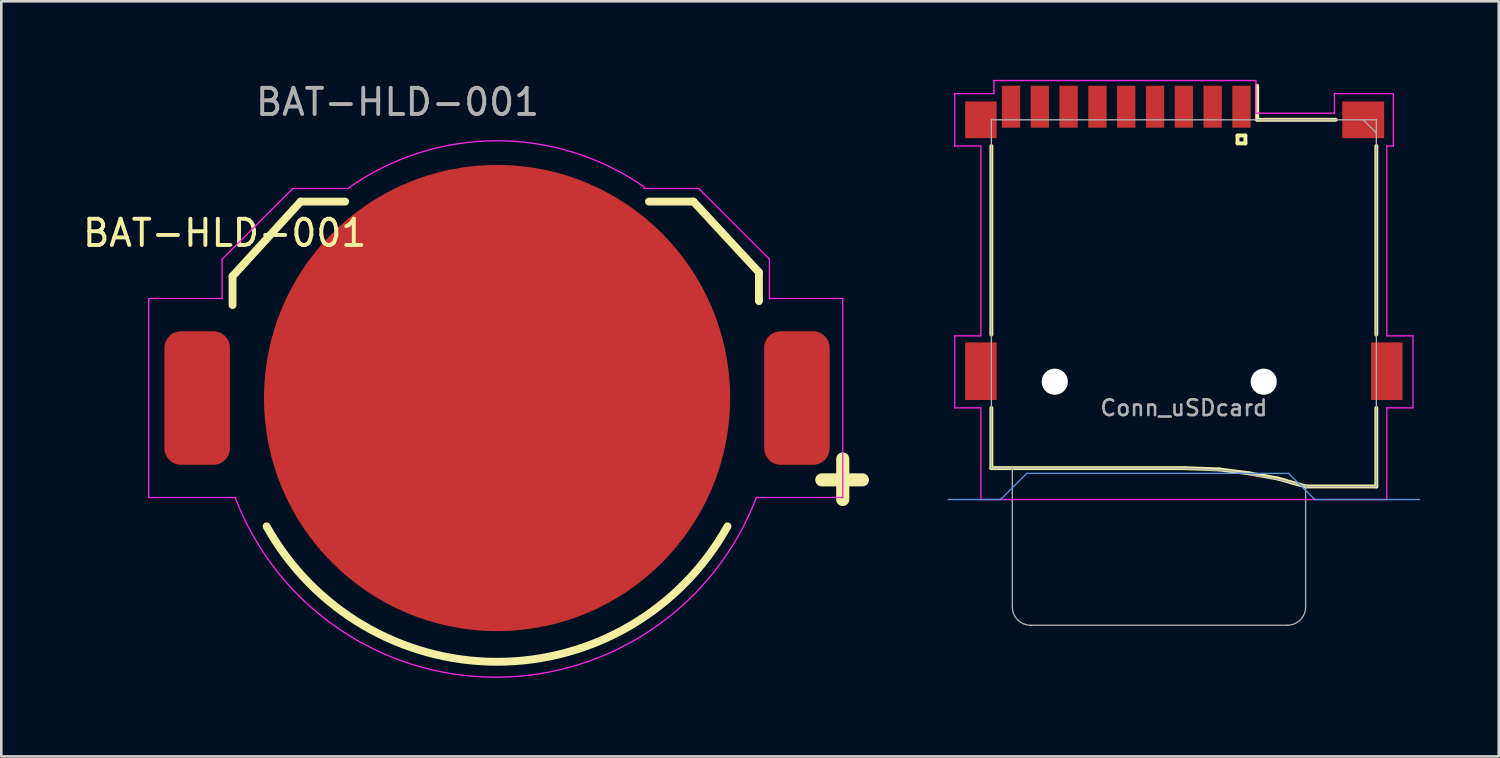
<source format=kicad_pcb>
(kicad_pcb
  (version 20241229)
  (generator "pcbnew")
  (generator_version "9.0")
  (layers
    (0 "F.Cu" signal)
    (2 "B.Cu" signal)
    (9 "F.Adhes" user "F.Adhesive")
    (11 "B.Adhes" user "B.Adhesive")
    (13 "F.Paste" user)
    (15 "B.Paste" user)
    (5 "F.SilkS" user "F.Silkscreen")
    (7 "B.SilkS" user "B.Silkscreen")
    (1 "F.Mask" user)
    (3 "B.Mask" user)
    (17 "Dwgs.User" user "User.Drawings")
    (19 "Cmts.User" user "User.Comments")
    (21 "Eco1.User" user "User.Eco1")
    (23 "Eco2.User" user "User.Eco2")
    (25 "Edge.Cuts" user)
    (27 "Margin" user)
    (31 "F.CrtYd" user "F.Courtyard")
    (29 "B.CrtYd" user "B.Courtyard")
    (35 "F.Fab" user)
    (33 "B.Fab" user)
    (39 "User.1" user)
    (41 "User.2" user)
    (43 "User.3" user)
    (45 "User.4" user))
  (footprint "Conn_uSDcard"
    (layer "F.Cu")
    (at 42.155 11.525)
    (property "Reference" "Conn_uSDcard" (at 0 1 180) (layer "F.Fab") (effects (font (size 0.6 0.6) (thickness 0.1))))
    (attr through_hole)
    (fp_line (start -7.35 -1.8) (end -7.35 -9) (stroke (width 0.15) (type solid)) (layer "F.SilkS"))
    (fp_line (start -7.35 1) (end -7.35 3.3) (stroke (width 0.15) (type solid)) (layer "F.SilkS"))
    (fp_line (start -7.35 3.3) (end 0 3.3) (stroke (width 0.15) (type solid)) (layer "F.SilkS"))
    (fp_line (start 0 3.3) (end 1.35 3.35) (stroke (width 0.15) (type solid)) (layer "F.SilkS"))
    (fp_line (start 1.35 3.35) (end 2.5 3.5) (stroke (width 0.15) (type solid)) (layer "F.SilkS"))
    (fp_line (start 2.05 -9.4) (end 2.05 -9.1) (stroke (width 0.15) (type solid)) (layer "F.SilkS"))
    (fp_line (start 2.05 -9.1) (end 2.35 -9.1) (stroke (width 0.15) (type solid)) (layer "F.SilkS"))
    (fp_line (start 2.35 -9.4) (end 2.05 -9.4) (stroke (width 0.15) (type solid)) (layer "F.SilkS"))
    (fp_line (start 2.35 -9.1) (end 2.35 -9.4) (stroke (width 0.15) (type solid)) (layer "F.SilkS"))
    (fp_line (start 2.5 3.5) (end 3.6 3.7) (stroke (width 0.15) (type solid)) (layer "F.SilkS"))
    (fp_line (start 2.8 -10) (end 2.8 -11.3) (stroke (width 0.15) (type solid)) (layer "F.SilkS"))
    (fp_line (start 2.8 -10) (end 5.8 -10) (stroke (width 0.15) (type solid)) (layer "F.SilkS"))
    (fp_line (start 3.6 3.7) (end 4.65 4) (stroke (width 0.15) (type solid)) (layer "F.SilkS"))
    (fp_line (start 4.65 4) (end 7.35 4) (stroke (width 0.15) (type solid)) (layer "F.SilkS"))
    (fp_line (start 7.35 -9) (end 7.35 -1.8) (stroke (width 0.15) (type solid)) (layer "F.SilkS"))
    (fp_line (start 7.35 4) (end 7.35 1) (stroke (width 0.15) (type solid)) (layer "F.SilkS"))
    (fp_line (start -9 4.5) (end -7 4.5) (stroke (width 0.05) (type solid)) (layer "Cmts.User"))
    (fp_line (start -7 4.5) (end -6 3.5) (stroke (width 0.05) (type solid)) (layer "Cmts.User"))
    (fp_line (start -6 3.5) (end 4 3.5) (stroke (width 0.05) (type solid)) (layer "Cmts.User"))
    (fp_line (start 4 3.5) (end 5 4.5) (stroke (width 0.05) (type solid)) (layer "Cmts.User"))
    (fp_line (start 5 4.5) (end 9 4.5) (stroke (width 0.05) (type solid)) (layer "Cmts.User"))
    (fp_line (start -8.75 -11) (end -7.25 -11) (stroke (width 0.05) (type solid)) (layer "F.CrtYd"))
    (fp_line (start -8.75 -9) (end -8.75 -11) (stroke (width 0.05) (type solid)) (layer "F.CrtYd"))
    (fp_line (start -8.75 -1.75) (end -7.75 -1.75) (stroke (width 0.05) (type solid)) (layer "F.CrtYd"))
    (fp_line (start -8.75 1) (end -8.75 -1.75) (stroke (width 0.05) (type solid)) (layer "F.CrtYd"))
    (fp_line (start -7.75 -9) (end -8.75 -9) (stroke (width 0.05) (type solid)) (layer "F.CrtYd"))
    (fp_line (start -7.75 -1.75) (end -7.75 -9) (stroke (width 0.05) (type solid)) (layer "F.CrtYd"))
    (fp_line (start -7.75 1) (end -8.75 1) (stroke (width 0.05) (type solid)) (layer "F.CrtYd"))
    (fp_line (start -7.75 4.5) (end -7.75 1) (stroke (width 0.05) (type solid)) (layer "F.CrtYd"))
    (fp_line (start -7.75 4.5) (end 7.75 4.5) (stroke (width 0.05) (type solid)) (layer "F.CrtYd"))
    (fp_line (start -7.25 -11.5) (end 2.75 -11.5) (stroke (width 0.05) (type solid)) (layer "F.CrtYd"))
    (fp_line (start -7.25 -11) (end -7.25 -11.5) (stroke (width 0.05) (type solid)) (layer "F.CrtYd"))
    (fp_line (start 2.75 -11.5) (end 2.75 -10.25) (stroke (width 0.05) (type solid)) (layer "F.CrtYd"))
    (fp_line (start 2.75 -10.25) (end 5.75 -10.25) (stroke (width 0.05) (type solid)) (layer "F.CrtYd"))
    (fp_line (start 5.75 -11) (end 8 -11) (stroke (width 0.05) (type solid)) (layer "F.CrtYd"))
    (fp_line (start 5.75 -10.25) (end 5.75 -11) (stroke (width 0.05) (type solid)) (layer "F.CrtYd"))
    (fp_line (start 7.75 -9) (end 7.75 -1.75) (stroke (width 0.05) (type solid)) (layer "F.CrtYd"))
    (fp_line (start 7.75 -1.75) (end 8.75 -1.75) (stroke (width 0.05) (type solid)) (layer "F.CrtYd"))
    (fp_line (start 7.75 1) (end 7.75 4.5) (stroke (width 0.05) (type solid)) (layer "F.CrtYd"))
    (fp_line (start 8 -11) (end 8 -9) (stroke (width 0.05) (type solid)) (layer "F.CrtYd"))
    (fp_line (start 8 -9) (end 7.75 -9) (stroke (width 0.05) (type solid)) (layer "F.CrtYd"))
    (fp_line (start 8.75 -1.75) (end 8.75 1) (stroke (width 0.05) (type solid)) (layer "F.CrtYd"))
    (fp_line (start 8.75 1) (end 7.75 1) (stroke (width 0.05) (type solid)) (layer "F.CrtYd"))
    (fp_line (start -7.35 -10) (end -7.35 3.3) (stroke (width 0.05) (type solid)) (layer "F.Fab"))
    (fp_line (start -7.35 -10) (end 7.35 -10) (stroke (width 0.05) (type solid)) (layer "F.Fab"))
    (fp_line (start -7.35 3.3) (end 0 3.3) (stroke (width 0.05) (type solid)) (layer "F.Fab"))
    (fp_line (start -6.55 8.6) (end -6.55 3.3) (stroke (width 0.05) (type solid)) (layer "F.Fab"))
    (fp_line (start -5.85 9.3) (end 3.95 9.3) (stroke (width 0.05) (type solid)) (layer "F.Fab"))
    (fp_line (start 0 3.3) (end 1.7 3.4) (stroke (width 0.05) (type solid)) (layer "F.Fab"))
    (fp_line (start 1.7 3.4) (end 3.5 3.7) (stroke (width 0.05) (type solid)) (layer "F.Fab"))
    (fp_line (start 3.5 3.7) (end 4.7 4) (stroke (width 0.05) (type solid)) (layer "F.Fab"))
    (fp_line (start 4.65 4) (end 7.35 4) (stroke (width 0.05) (type solid)) (layer "F.Fab"))
    (fp_line (start 4.65 8.6) (end 4.65 4) (stroke (width 0.05) (type solid)) (layer "F.Fab"))
    (fp_line (start 7.35 -10) (end 7.35 4) (stroke (width 0.05) (type solid)) (layer "F.Fab"))
    (fp_line (start 7.35 -9.5) (end 6.85 -10) (stroke (width 0.05) (type solid)) (layer "F.Fab"))
    (fp_arc (start -5.85 9.3) (mid -6.344975 9.094975) (end -6.55 8.6) (stroke (width 0.05) (type solid)) (layer "F.Fab"))
    (fp_arc (start 4.65 8.6) (mid 4.444975 9.094975) (end 3.95 9.3) (stroke (width 0.05) (type solid)) (layer "F.Fab"))
    (fp_text user "${REFERENCE}" (at 2.1 -9.35 180) (layer "Eco1.User") (effects (font (size 0.3 0.3) (thickness 0.03))))
    (pad "" np_thru_hole circle (at -4.93 0) (size 1 1) (drill 1) (layers "*.Cu"))
    (pad "" np_thru_hole circle (at 3.05 0) (size 1 1) (drill 1) (layers "*.Cu"))
    (pad "1" smd rect (at 2.2 -10.5) (size 0.7 1.6) (layers "F.Cu" "F.Mask" "F.Paste"))
    (pad "2" smd rect (at 1.1 -10.5) (size 0.7 1.6) (layers "F.Cu" "F.Mask" "F.Paste"))
    (pad "3" smd rect (at 0 -10.5) (size 0.7 1.6) (layers "F.Cu" "F.Mask" "F.Paste"))
    (pad "4" smd rect (at -1.1 -10.5) (size 0.7 1.6) (layers "F.Cu" "F.Mask" "F.Paste"))
    (pad "5" smd rect (at -2.2 -10.5) (size 0.7 1.6) (layers "F.Cu" "F.Mask" "F.Paste"))
    (pad "6" smd rect (at -7.75 -10) (size 1.2 1.4) (layers "F.Cu" "F.Mask" "F.Paste"))
    (pad "6" smd rect (at -7.75 -0.4) (size 1.2 2.2) (layers "F.Cu" "F.Mask" "F.Paste"))
    (pad "6" smd rect (at -3.3 -10.5) (size 0.7 1.6) (layers "F.Cu" "F.Mask" "F.Paste"))
    (pad "6" smd rect (at 6.85 -10) (size 1.6 1.4) (layers "F.Cu" "F.Mask" "F.Paste"))
    (pad "6" smd rect (at 7.75 -0.4) (size 1.2 2.2) (layers "F.Cu" "F.Mask" "F.Paste"))
    (pad "7" smd rect (at -4.4 -10.5) (size 0.7 1.6) (layers "F.Cu" "F.Mask" "F.Paste"))
    (pad "8" smd rect (at -5.5 -10.5) (size 0.7 1.6) (layers "F.Cu" "F.Mask" "F.Paste"))
    (pad "9" smd rect (at -6.6 -10.5) (size 0.7 1.6) (layers "F.Cu" "F.Mask" "F.Paste")))
  (footprint "BAT-HLD-001"
    (layer "F.Cu")
    (at 15.93 12.148)
    (property "Reference" "BAT-HLD-001" (at -10.4 -6.3 0) (unlocked yes) (layer "F.SilkS") (effects (font (size 1 1) (thickness 0.15))))
    (attr smd)
    (fp_line (start -10.1 -4.65) (end -7.5 -7.5) (stroke (width 0.3) (type solid)) (layer "F.SilkS"))
    (fp_line (start -10.1 -3.55) (end -10.1 -4.65) (stroke (width 0.3) (type solid)) (layer "F.SilkS"))
    (fp_line (start -7.5 -7.5) (end -5.8 -7.5) (stroke (width 0.3) (type solid)) (layer "F.SilkS"))
    (fp_line (start 5.8 -7.5) (end 7.5 -7.5) (stroke (width 0.3) (type solid)) (layer "F.SilkS"))
    (fp_line (start 10 -4.8) (end 7.5 -7.5) (stroke (width 0.3) (type solid)) (layer "F.SilkS"))
    (fp_line (start 10 -3.7) (end 10 -4.8) (stroke (width 0.3) (type solid)) (layer "F.SilkS"))
    (fp_line (start 12.4 3.125) (end 13.95 3.125) (stroke (width 0.5) (type solid)) (layer "F.SilkS"))
    (fp_line (start 13.2 2.325) (end 13.2 3.875) (stroke (width 0.5) (type solid)) (layer "F.SilkS"))
    (fp_arc (start 8.8 4.9) (mid 0 10.072239) (end -8.8 4.9) (stroke (width 0.3) (type solid)) (layer "F.SilkS"))
    (fp_line (start -13.3 -3.8) (end -10.5 -3.8) (stroke (width 0.05) (type solid)) (layer "F.CrtYd"))
    (fp_line (start -13.3 3.8) (end -13.3 -3.8) (stroke (width 0.05) (type solid)) (layer "F.CrtYd"))
    (fp_line (start -10.5 -5.3) (end -7.8 -8) (stroke (width 0.05) (type solid)) (layer "F.CrtYd"))
    (fp_line (start -10.5 -3.8) (end -10.5 -5.3) (stroke (width 0.05) (type solid)) (layer "F.CrtYd"))
    (fp_line (start -10 3.8) (end -13.3 3.8) (stroke (width 0.05) (type solid)) (layer "F.CrtYd"))
    (fp_line (start -7.8 -8) (end -5.7 -8) (stroke (width 0.05) (type solid)) (layer "F.CrtYd"))
    (fp_line (start 7.7 -8) (end 5.6 -8) (stroke (width 0.05) (type solid)) (layer "F.CrtYd"))
    (fp_line (start 9.9 3.8) (end 13.2 3.8) (stroke (width 0.05) (type solid)) (layer "F.CrtYd"))
    (fp_line (start 10.4 -5.3) (end 7.7 -8) (stroke (width 0.05) (type solid)) (layer "F.CrtYd"))
    (fp_line (start 10.4 -3.8) (end 10.4 -5.3) (stroke (width 0.05) (type solid)) (layer "F.CrtYd"))
    (fp_line (start 13.2 -3.8) (end 10.4 -3.8) (stroke (width 0.05) (type solid)) (layer "F.CrtYd"))
    (fp_line (start 13.2 3.8) (end 13.2 -3.8) (stroke (width 0.05) (type solid)) (layer "F.CrtYd"))
    (fp_arc (start -5.7 -7.999998) (mid -0.040962 -9.822845) (end 5.633082 -8.047257) (stroke (width 0.05) (type solid)) (layer "F.CrtYd"))
    (fp_arc (start 9.9 3.800002) (mid -0.05 10.660961) (end -10 3.800002) (stroke (width 0.05) (type solid)) (layer "F.CrtYd"))
    (fp_text user "${REFERENCE}" (at -3.8 -11.3 0) (unlocked yes) (layer "F.Fab") (effects (font (size 1 1) (thickness 0.15))))
    (pad "1" smd roundrect (at -11.45 0 180) (size 2.5 5.1) (layers "F.Cu" "F.Mask" "F.Paste") (roundrect_rratio 0.25))
    (pad "1" smd roundrect (at 11.45 0 180) (size 2.5 5.1) (layers "F.Cu" "F.Mask" "F.Paste") (roundrect_rratio 0.25))
    (pad "2" smd circle (at 0 0) (size 17.8 17.8) (layers "F.Cu" "F.Mask" "F.Paste")))
  (gr_rect
    (start -3 -3)
    (end 54.18 25.834)
    (stroke (width 0.1) (type default))
    (fill no)
    (layer "Edge.Cuts")))
</source>
